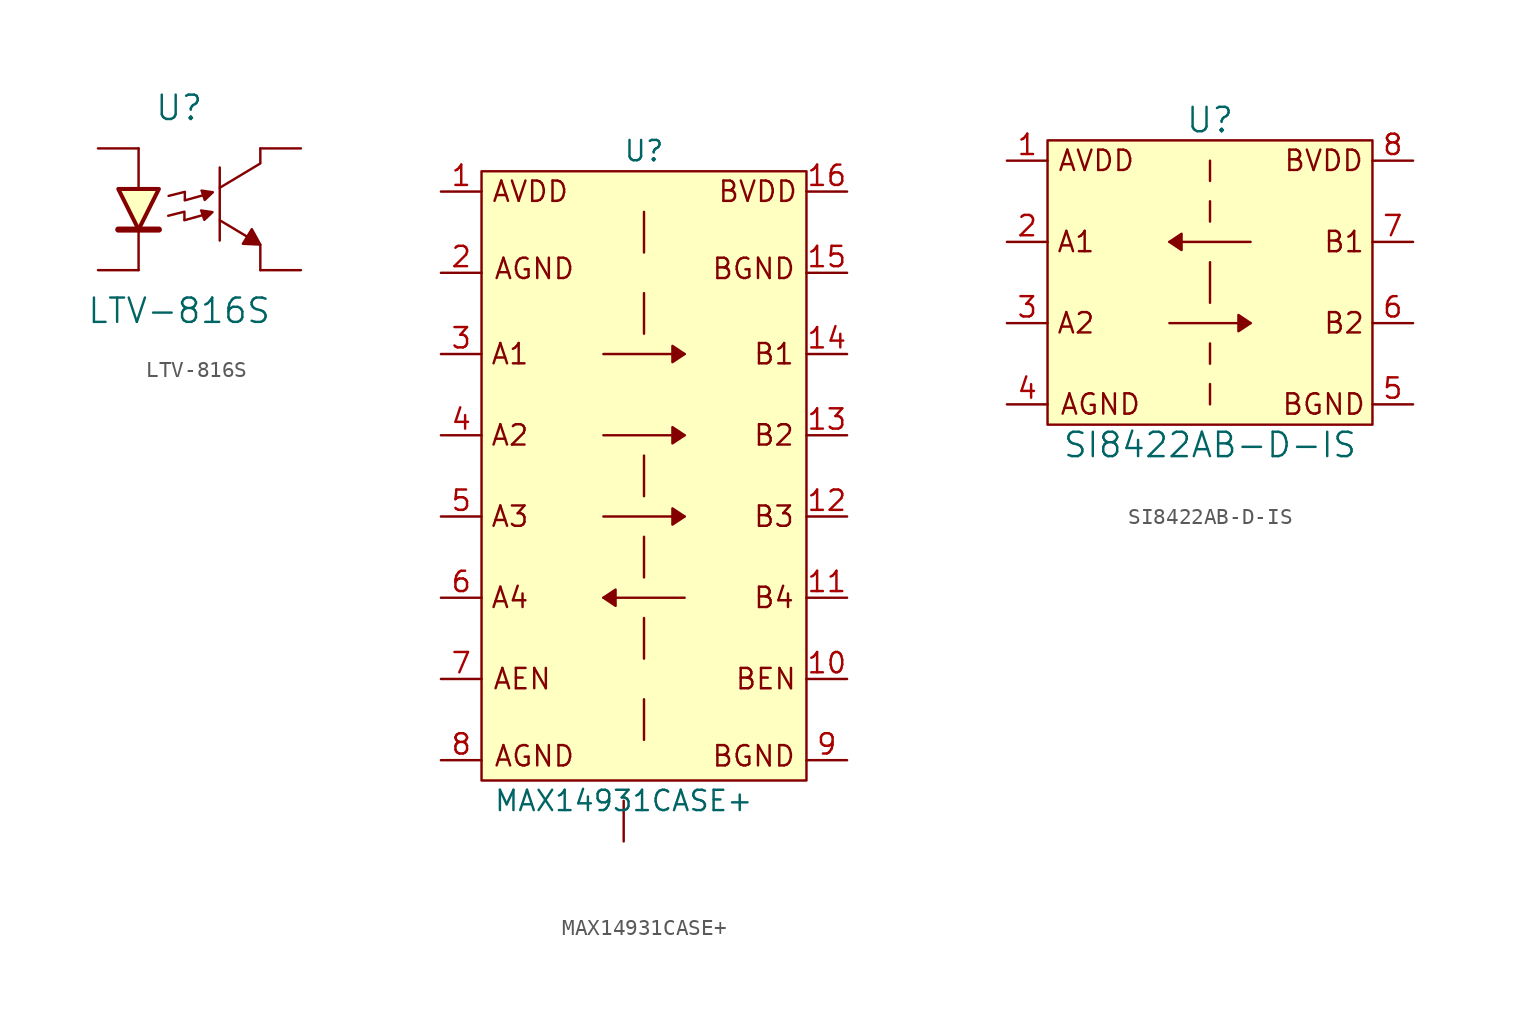
<source format=kicad_sym>
(kicad_symbol_lib
  (version 20211014)
  (generator kicad_symbol_editor)
  (symbol "LTV-816S"
    (pin_numbers hide)
    (pin_names
      (offset 0) hide)
    (property "Reference" "U"
      (at 0 7.62 0)
      (effects (font (size 1.524 1.524))))
    (property "Value" "LTV-816S"
      (at 0 -5.08 0)
      (effects (font (size 1.524 1.524))))
    (symbol "LTV-816S_0_1"
      (polyline (pts (xy -2.54 -2.54) (xy -2.54 0)) (stroke (width 0) (type default) (color 0 0 0 0)) (fill (type none)))
      (polyline (pts (xy -2.54 5.08) (xy -2.54 2.54)) (stroke (width 0) (type default) (color 0 0 0 0)) (fill (type none)))
      (polyline (pts (xy -1.27 0) (xy -3.81 0)) (stroke (width 0.381) (type default) (color 0 0 0 0)) (fill (type none)))
      (polyline (pts (xy 1.422 0.889) (xy 0.33 0.584)) (stroke (width 0) (type default) (color 0 0 0 0)) (fill (type none)))
      (polyline (pts (xy 1.448 2.134) (xy 0.356 1.829)) (stroke (width 0) (type default) (color 0 0 0 0)) (fill (type none)))
      (polyline (pts (xy 2.54 3.886) (xy 2.54 -0.686)) (stroke (width 0) (type default) (color 0 0 0 0)) (fill (type none)))
      (polyline (pts (xy 5.08 -2.54) (xy 5.08 -1.016)) (stroke (width 0) (type default) (color 0 0 0 0)) (fill (type none)))
      (polyline (pts (xy 5.08 -0.94) (xy 2.54 0.584)) (stroke (width 0) (type default) (color 0 0 0 0)) (fill (type none)))
      (polyline (pts (xy 5.08 4.14) (xy 2.54 2.616)) (stroke (width 0) (type default) (color 0 0 0 0)) (fill (type none)))
      (polyline (pts (xy 0.33 0.61) (xy 0.33 1.118) (xy -0.686 0.864)) (stroke (width 0) (type default) (color 0 0 0 0)) (fill (type none)))
      (polyline (pts (xy 0.356 1.854) (xy 0.356 2.362) (xy -0.66 2.108)) (stroke (width 0) (type default) (color 0 0 0 0)) (fill (type none)))
      (polyline (pts (xy 5.08 5.08) (xy 5.08 4.699) (xy 5.08 4.191)) (stroke (width 0) (type default) (color 0 0 0 0)) (fill (type none)))
      (polyline (pts (xy -3.81 2.54) (xy -1.27 2.54) (xy -2.54 0) (xy -3.81 2.54)) (stroke (width 0.254) (type default) (color 0 0 0 0)) (fill (type background)))
      (polyline (pts (xy 1.397 1.143) (xy 1.575 0.61) (xy 2.083 1.092) (xy 1.372 1.194)) (stroke (width 0) (type default) (color 0 0 0 0)) (fill (type outline)))
      (polyline (pts (xy 1.422 2.388) (xy 1.6 1.854) (xy 2.108 2.337) (xy 1.397 2.438)) (stroke (width 0) (type default) (color 0 0 0 0)) (fill (type outline)))
      (polyline (pts (xy 5.08 -0.94) (xy 4.547 0.025) (xy 3.988 -0.889) (xy 5.08 -0.94)) (stroke (width 0) (type default) (color 0 0 0 0)) (fill (type outline))))
    (symbol "LTV-816S_1_1"
      (pin passive line (at -5.08 5.08 0) (length 2.54) (name "Anode" (effects (font (size 1.27 1.27)))) (number "1" (effects (font (size 1.27 1.27)))))
      (pin passive line (at -5.08 -2.54 0) (length 2.54) (name "Cathode" (effects (font (size 1.27 1.27)))) (number "2" (effects (font (size 1.27 1.27)))))
      (pin passive line (at 7.62 -2.54 180) (length 2.54) (name "E" (effects (font (size 1.27 1.27)))) (number "3" (effects (font (size 1.27 1.27)))))
      (pin passive line (at 7.62 5.08 180) (length 2.54) (name "C" (effects (font (size 1.27 1.27)))) (number "4" (effects (font (size 1.27 1.27)))))))
  (symbol "MAX14931CASE+"
    (pin_names
      (offset 1.016) hide)
    (property "Reference" "U"
      (at 0 0 0)
      (effects (font (size 1.27 1.27))))
    (property "Value" "MAX14931CASE+"
      (at -1.27 -40.64 0)
      (effects (font (size 1.27 1.27))))
    (symbol "MAX14931CASE+_1_1"
      (polyline (pts (xy -2.54 -27.94) (xy 2.54 -27.94)) (stroke (width 0) (type default) (color 0 0 0 0)) (fill (type none)))
      (polyline (pts (xy -2.54 -22.86) (xy 2.54 -22.86)) (stroke (width 0) (type default) (color 0 0 0 0)) (fill (type none)))
      (polyline (pts (xy -2.54 -17.78) (xy 2.54 -17.78)) (stroke (width 0) (type default) (color 0 0 0 0)) (fill (type none)))
      (polyline (pts (xy -2.54 -12.7) (xy 2.54 -12.7)) (stroke (width 0) (type default) (color 0 0 0 0)) (fill (type none)))
      (polyline (pts (xy -1.27 -40.64) (xy -1.27 -43.18)) (stroke (width 0) (type default) (color 0 0 0 0)) (fill (type none)))
      (polyline (pts (xy 0 -34.29) (xy 0 -36.83)) (stroke (width 0) (type default) (color 0 0 0 0)) (fill (type none)))
      (polyline (pts (xy 0 -29.21) (xy 0 -31.75)) (stroke (width 0) (type default) (color 0 0 0 0)) (fill (type none)))
      (polyline (pts (xy 0 -24.13) (xy 0 -26.67)) (stroke (width 0) (type default) (color 0 0 0 0)) (fill (type none)))
      (polyline (pts (xy 0 -19.05) (xy 0 -21.59)) (stroke (width 0) (type default) (color 0 0 0 0)) (fill (type none)))
      (polyline (pts (xy 0 -8.89) (xy 0 -11.43)) (stroke (width 0) (type default) (color 0 0 0 0)) (fill (type none)))
      (polyline (pts (xy 0 -3.81) (xy 0 -6.35)) (stroke (width 0) (type default) (color 0 0 0 0)) (fill (type none)))
      (polyline (pts (xy -2.54 -27.94) (xy -1.778 -27.432) (xy -1.778 -28.448) (xy -2.54 -27.94)) (stroke (width 0) (type default) (color 0 0 0 0)) (fill (type outline)))
      (polyline (pts (xy 2.54 -22.86) (xy 1.778 -22.352) (xy 1.778 -23.368) (xy 2.54 -22.86)) (stroke (width 0) (type default) (color 0 0 0 0)) (fill (type outline)))
      (polyline (pts (xy 2.54 -17.78) (xy 1.778 -17.272) (xy 1.778 -18.288) (xy 2.54 -17.78)) (stroke (width 0) (type default) (color 0 0 0 0)) (fill (type outline)))
      (polyline (pts (xy 2.54 -12.7) (xy 1.778 -12.192) (xy 1.778 -13.208) (xy 2.54 -12.7)) (stroke (width 0) (type default) (color 0 0 0 0)) (fill (type outline)))
      (polyline (pts (xy -10.16 -1.27) (xy 10.16 -1.27) (xy 10.16 -39.37) (xy -10.16 -39.37) (xy -10.16 -19.05) (xy -10.16 -1.27)) (stroke (width 0) (type default) (color 0 0 0 0)) (fill (type background)))
      (text "A1" (at -8.382 -12.7 0) (effects (font (size 1.27 1.27))))
      (text "A2" (at -8.382 -17.78 0) (effects (font (size 1.27 1.27))))
      (text "A3" (at -8.382 -22.86 0) (effects (font (size 1.27 1.27))))
      (text "A4" (at -8.382 -27.94 0) (effects (font (size 1.27 1.27))))
      (text "AEN" (at -7.62 -33.02 0) (effects (font (size 1.27 1.27))))
      (text "AGND" (at -6.858 -37.846 0) (effects (font (size 1.27 1.27))))
      (text "AGND" (at -6.858 -7.366 0) (effects (font (size 1.27 1.27))))
      (text "AVDD" (at -7.112 -2.54 0) (effects (font (size 1.27 1.27))))
      (text "B1" (at 8.128 -12.7 0) (effects (font (size 1.27 1.27))))
      (text "B2" (at 8.128 -17.78 0) (effects (font (size 1.27 1.27))))
      (text "B3" (at 8.128 -22.86 0) (effects (font (size 1.27 1.27))))
      (text "B4" (at 8.128 -27.94 0) (effects (font (size 1.27 1.27))))
      (text "BEN" (at 7.62 -33.02 0) (effects (font (size 1.27 1.27))))
      (text "BGND" (at 6.858 -37.846 0) (effects (font (size 1.27 1.27))))
      (text "BGND" (at 6.858 -7.366 0) (effects (font (size 1.27 1.27))))
      (text "BVDD" (at 7.112 -2.54 0) (effects (font (size 1.27 1.27))))
      (pin input line (at -12.7 -2.54 0) (length 2.54) (name "AVDD" (effects (font (size 1.27 1.27)))) (number "1" (effects (font (size 1.27 1.27)))))
      (pin input line (at 12.7 -33.02 180) (length 2.54) (name "BEN" (effects (font (size 1.27 1.27)))) (number "10" (effects (font (size 1.27 1.27)))))
      (pin input line (at 12.7 -27.94 180) (length 2.54) (name "B4" (effects (font (size 1.27 1.27)))) (number "11" (effects (font (size 1.27 1.27)))))
      (pin output line (at 12.7 -22.86 180) (length 2.54) (name "B3" (effects (font (size 1.27 1.27)))) (number "12" (effects (font (size 1.27 1.27)))))
      (pin output line (at 12.7 -17.78 180) (length 2.54) (name "B2" (effects (font (size 1.27 1.27)))) (number "13" (effects (font (size 1.27 1.27)))))
      (pin output line (at 12.7 -12.7 180) (length 2.54) (name "B1" (effects (font (size 1.27 1.27)))) (number "14" (effects (font (size 1.27 1.27)))))
      (pin input line (at 12.7 -7.62 180) (length 2.54) (name "BGND" (effects (font (size 1.27 1.27)))) (number "15" (effects (font (size 1.27 1.27)))))
      (pin input line (at 12.7 -2.54 180) (length 2.54) (name "BVDD" (effects (font (size 1.27 1.27)))) (number "16" (effects (font (size 1.27 1.27)))))
      (pin input line (at -12.7 -7.62 0) (length 2.54) (name "AGND" (effects (font (size 1.27 1.27)))) (number "2" (effects (font (size 1.27 1.27)))))
      (pin input line (at -12.7 -12.7 0) (length 2.54) (name "A1" (effects (font (size 1.27 1.27)))) (number "3" (effects (font (size 1.27 1.27)))))
      (pin input line (at -12.7 -17.78 0) (length 2.54) (name "A2" (effects (font (size 1.27 1.27)))) (number "4" (effects (font (size 1.27 1.27)))))
      (pin input line (at -12.7 -22.86 0) (length 2.54) (name "A3" (effects (font (size 1.27 1.27)))) (number "5" (effects (font (size 1.27 1.27)))))
      (pin output line (at -12.7 -27.94 0) (length 2.54) (name "A4" (effects (font (size 1.27 1.27)))) (number "6" (effects (font (size 1.27 1.27)))))
      (pin input line (at -12.7 -33.02 0) (length 2.54) (name "AEN" (effects (font (size 1.27 1.27)))) (number "7" (effects (font (size 1.27 1.27)))))
      (pin input line (at -12.7 -38.1 0) (length 2.54) (name "AGND" (effects (font (size 1.27 1.27)))) (number "8" (effects (font (size 1.27 1.27)))))
      (pin input line (at 12.7 -38.1 180) (length 2.54) (name "BGND" (effects (font (size 1.27 1.27)))) (number "9" (effects (font (size 1.27 1.27)))))))
  (symbol "SI8422AB-D-IS"
    (pin_names
      (offset 0) hide)
    (property "Reference" "U"
      (at 0 10.16 0)
      (effects (font (size 1.524 1.524))))
    (property "Value" "SI8422AB-D-IS"
      (at 0 -10.16 0)
      (effects (font (size 1.524 1.524))))
    (symbol "SI8422AB-D-IS_0_0"
      (polyline (pts (xy -2.54 -2.54) (xy 2.54 -2.54)) (stroke (width 0) (type default) (color 0 0 0 0)) (fill (type none)))
      (polyline (pts (xy -2.54 2.54) (xy 2.54 2.54)) (stroke (width 0) (type default) (color 0 0 0 0)) (fill (type none)))
      (polyline (pts (xy 0 -6.35) (xy 0 -7.62)) (stroke (width 0) (type default) (color 0 0 0 0)) (fill (type none)))
      (polyline (pts (xy 0 -3.81) (xy 0 -5.08)) (stroke (width 0) (type default) (color 0 0 0 0)) (fill (type none)))
      (polyline (pts (xy 0 1.27) (xy 0 -1.27)) (stroke (width 0) (type default) (color 0 0 0 0)) (fill (type none)))
      (polyline (pts (xy 0 5.08) (xy 0 3.81)) (stroke (width 0) (type default) (color 0 0 0 0)) (fill (type none)))
      (polyline (pts (xy 0 7.62) (xy 0 6.35)) (stroke (width 0) (type default) (color 0 0 0 0)) (fill (type none)))
      (polyline (pts (xy -2.54 2.54) (xy -1.778 3.048) (xy -1.778 2.032) (xy -2.54 2.54)) (stroke (width 0) (type default) (color 0 0 0 0)) (fill (type outline)))
      (polyline (pts (xy 2.54 -2.54) (xy 1.778 -2.032) (xy 1.778 -3.048) (xy 2.54 -2.54)) (stroke (width 0) (type default) (color 0 0 0 0)) (fill (type outline)))
      (polyline (pts (xy -10.16 8.89) (xy 10.16 8.89) (xy 10.16 -8.89) (xy -10.16 -8.89) (xy -10.16 8.89)) (stroke (width 0) (type default) (color 0 0 0 0)) (fill (type background)))
      (text "A1" (at -8.382 2.54 0) (effects (font (size 1.27 1.27))))
      (text "A2" (at -8.382 -2.54 0) (effects (font (size 1.27 1.27))))
      (text "AGND" (at -6.858 -7.62 0) (effects (font (size 1.27 1.27))))
      (text "AVDD" (at -7.112 7.62 0) (effects (font (size 1.27 1.27))))
      (text "B1" (at 8.382 2.54 0) (effects (font (size 1.27 1.27))))
      (text "B2" (at 8.382 -2.54 0) (effects (font (size 1.27 1.27))))
      (text "BGND" (at 7.112 -7.62 0) (effects (font (size 1.27 1.27))))
      (text "BVDD" (at 7.112 7.62 0) (effects (font (size 1.27 1.27)))))
    (symbol "SI8422AB-D-IS_1_1"
      (pin input line (at -12.7 7.62 0) (length 2.54) (name "AVDD" (effects (font (size 1.27 1.27)))) (number "1" (effects (font (size 1.27 1.27)))))
      (pin output line (at -12.7 2.54 0) (length 2.54) (name "A1" (effects (font (size 1.27 1.27)))) (number "2" (effects (font (size 1.27 1.27)))))
      (pin input line (at -12.7 -2.54 0) (length 2.54) (name "A2" (effects (font (size 1.27 1.27)))) (number "3" (effects (font (size 1.27 1.27)))))
      (pin input line (at -12.7 -7.62 0) (length 2.54) (name "AGND" (effects (font (size 1.27 1.27)))) (number "4" (effects (font (size 1.27 1.27)))))
      (pin input line (at 12.7 -7.62 180) (length 2.54) (name "BGND" (effects (font (size 1.27 1.27)))) (number "5" (effects (font (size 1.27 1.27)))))
      (pin output line (at 12.7 -2.54 180) (length 2.54) (name "B2" (effects (font (size 1.27 1.27)))) (number "6" (effects (font (size 1.27 1.27)))))
      (pin input line (at 12.7 2.54 180) (length 2.54) (name "B1" (effects (font (size 1.27 1.27)))) (number "7" (effects (font (size 1.27 1.27)))))
      (pin input line (at 12.7 7.62 180) (length 2.54) (name "BVDD" (effects (font (size 1.27 1.27)))) (number "8" (effects (font (size 1.27 1.27))))))))
</source>
